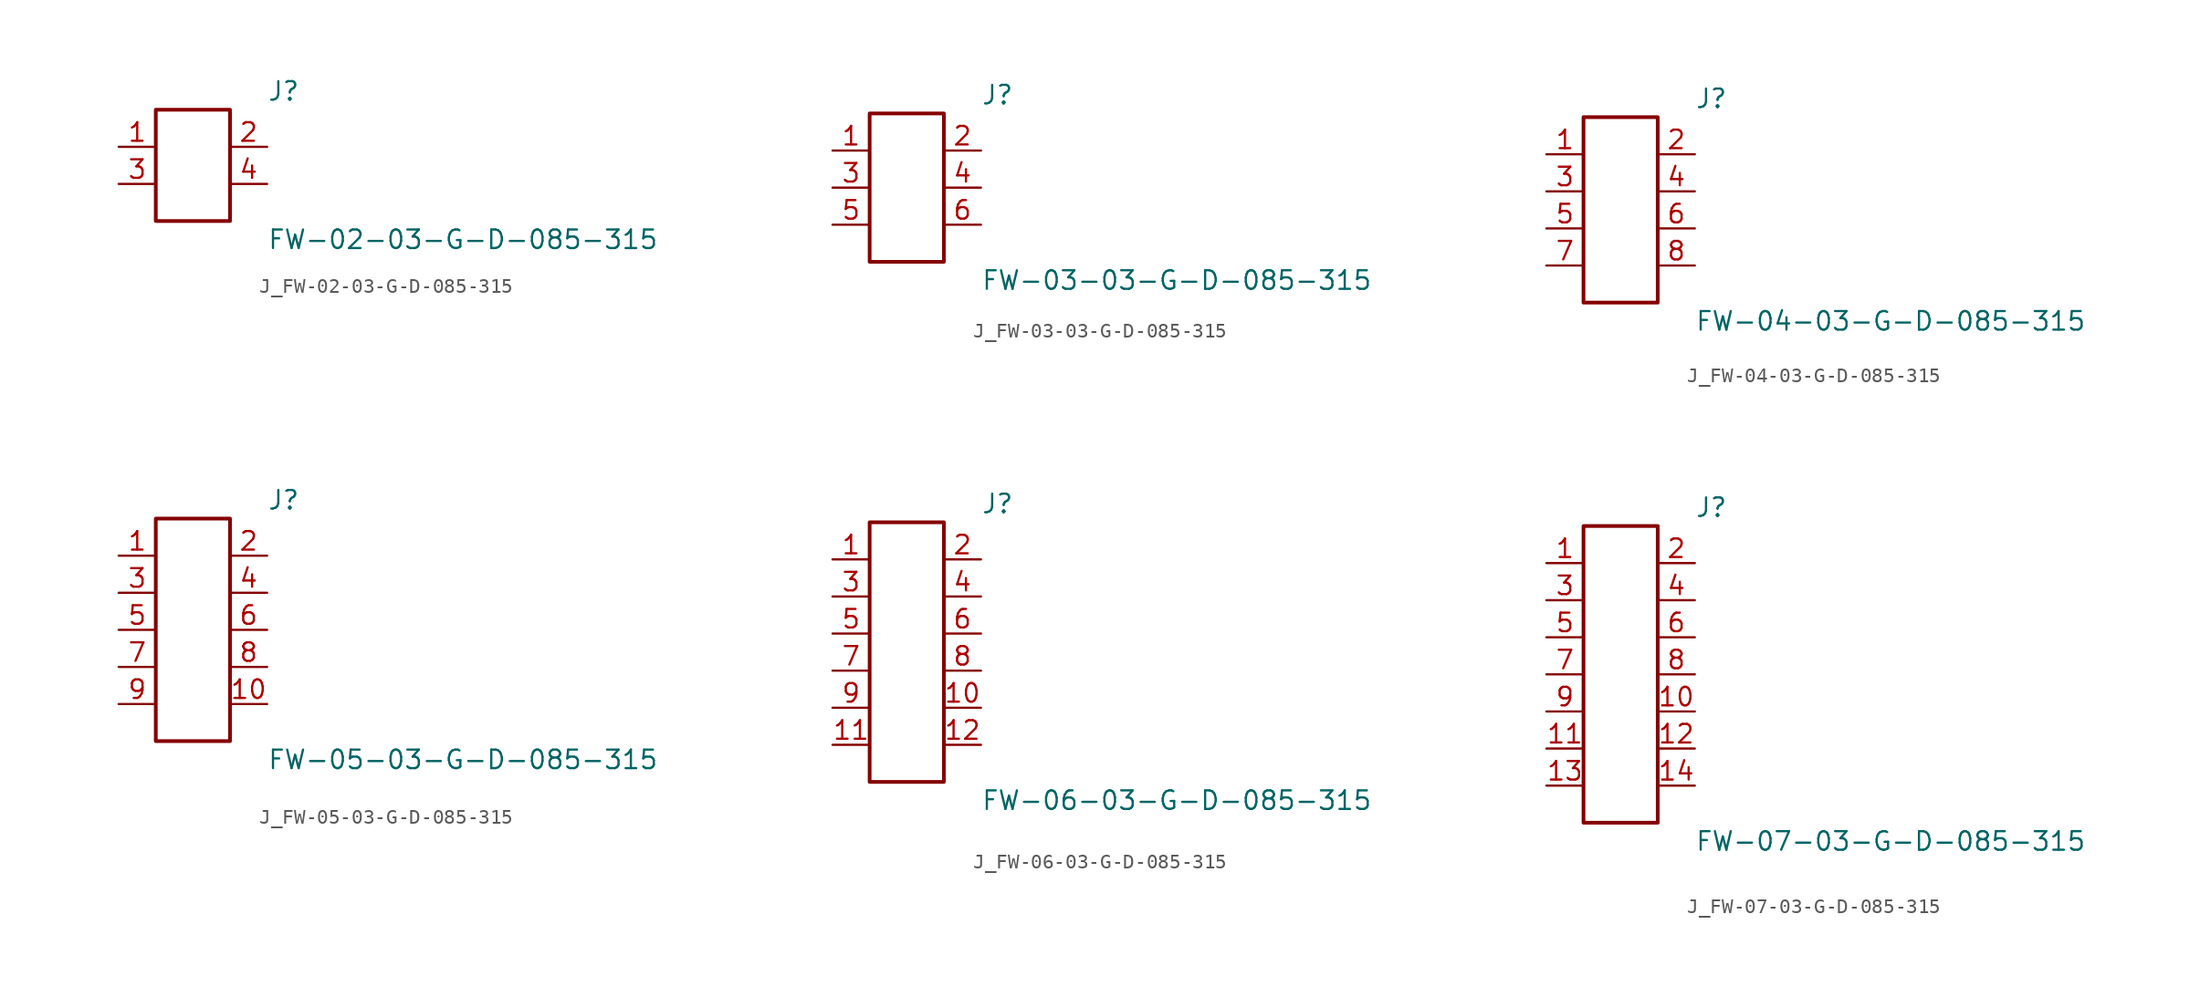
<source format=kicad_sym>
(kicad_symbol_lib
  (version 20231120)
  (generator kicad_symbol_editor)
  (generator_version 8.0)
  (symbol "J_FW-02-03-G-D-085-315"
    (pin_names
      (offset 0.254))
    (property "Reference" "J"
      (at 5.08 5.08 0)
      (effects (font (size 1.27 1.27)) (justify left)))
    (property "Value" "FW-02-03-G-D-085-315"
      (at 5.08 -5.08 0)
      (effects (font (size 1.27 1.27)) (justify left)))
    (symbol "J_FW-02-03-G-D-085-315_0_0"
      (pin unspecified line (at -5.08 1.27 0) (length 2.54) (name "" (effects (font (size 1.27 1.27)))) (number "1" (effects (font (size 1.27 1.27)))))
      (pin unspecified line (at 5.08 1.27 180) (length 2.54) (name "" (effects (font (size 1.27 1.27)))) (number "2" (effects (font (size 1.27 1.27)))))
      (pin unspecified line (at -5.08 -1.27 0) (length 2.54) (name "" (effects (font (size 1.27 1.27)))) (number "3" (effects (font (size 1.27 1.27)))))
      (pin unspecified line (at 5.08 -1.27 180) (length 2.54) (name "" (effects (font (size 1.27 1.27)))) (number "4" (effects (font (size 1.27 1.27))))))
    (symbol "J_FW-02-03-G-D-085-315_1_0"
      (rectangle (start -2.54 3.81) (end 2.54 -3.81) (stroke (width 0.254) (type solid)) (fill (type none)))))
  (symbol "J_FW-03-03-G-D-085-315"
    (pin_names
      (offset 0.254))
    (property "Reference" "J"
      (at 5.08 6.35 0)
      (effects (font (size 1.27 1.27)) (justify left)))
    (property "Value" "FW-03-03-G-D-085-315"
      (at 5.08 -6.35 0)
      (effects (font (size 1.27 1.27)) (justify left)))
    (symbol "J_FW-03-03-G-D-085-315_0_0"
      (pin unspecified line (at -5.08 2.54 0) (length 2.54) (name "" (effects (font (size 1.27 1.27)))) (number "1" (effects (font (size 1.27 1.27)))))
      (pin unspecified line (at 5.08 2.54 180) (length 2.54) (name "" (effects (font (size 1.27 1.27)))) (number "2" (effects (font (size 1.27 1.27)))))
      (pin unspecified line (at -5.08 0.0 0) (length 2.54) (name "" (effects (font (size 1.27 1.27)))) (number "3" (effects (font (size 1.27 1.27)))))
      (pin unspecified line (at 5.08 0.0 180) (length 2.54) (name "" (effects (font (size 1.27 1.27)))) (number "4" (effects (font (size 1.27 1.27)))))
      (pin unspecified line (at -5.08 -2.54 0) (length 2.54) (name "" (effects (font (size 1.27 1.27)))) (number "5" (effects (font (size 1.27 1.27)))))
      (pin unspecified line (at 5.08 -2.54 180) (length 2.54) (name "" (effects (font (size 1.27 1.27)))) (number "6" (effects (font (size 1.27 1.27))))))
    (symbol "J_FW-03-03-G-D-085-315_1_0"
      (rectangle (start -2.54 5.08) (end 2.54 -5.08) (stroke (width 0.254) (type solid)) (fill (type none)))))
  (symbol "J_FW-04-03-G-D-085-315"
    (pin_names
      (offset 0.254))
    (property "Reference" "J"
      (at 5.08 7.62 0)
      (effects (font (size 1.27 1.27)) (justify left)))
    (property "Value" "FW-04-03-G-D-085-315"
      (at 5.08 -7.62 0)
      (effects (font (size 1.27 1.27)) (justify left)))
    (symbol "J_FW-04-03-G-D-085-315_0_0"
      (pin unspecified line (at -5.08 3.81 0) (length 2.54) (name "" (effects (font (size 1.27 1.27)))) (number "1" (effects (font (size 1.27 1.27)))))
      (pin unspecified line (at 5.08 3.81 180) (length 2.54) (name "" (effects (font (size 1.27 1.27)))) (number "2" (effects (font (size 1.27 1.27)))))
      (pin unspecified line (at -5.08 1.27 0) (length 2.54) (name "" (effects (font (size 1.27 1.27)))) (number "3" (effects (font (size 1.27 1.27)))))
      (pin unspecified line (at 5.08 1.27 180) (length 2.54) (name "" (effects (font (size 1.27 1.27)))) (number "4" (effects (font (size 1.27 1.27)))))
      (pin unspecified line (at -5.08 -1.27 0) (length 2.54) (name "" (effects (font (size 1.27 1.27)))) (number "5" (effects (font (size 1.27 1.27)))))
      (pin unspecified line (at 5.08 -1.27 180) (length 2.54) (name "" (effects (font (size 1.27 1.27)))) (number "6" (effects (font (size 1.27 1.27)))))
      (pin unspecified line (at -5.08 -3.81 0) (length 2.54) (name "" (effects (font (size 1.27 1.27)))) (number "7" (effects (font (size 1.27 1.27)))))
      (pin unspecified line (at 5.08 -3.81 180) (length 2.54) (name "" (effects (font (size 1.27 1.27)))) (number "8" (effects (font (size 1.27 1.27))))))
    (symbol "J_FW-04-03-G-D-085-315_1_0"
      (rectangle (start -2.54 6.35) (end 2.54 -6.35) (stroke (width 0.254) (type solid)) (fill (type none)))))
  (symbol "J_FW-05-03-G-D-085-315"
    (pin_names
      (offset 0.254))
    (property "Reference" "J"
      (at 5.08 8.89 0)
      (effects (font (size 1.27 1.27)) (justify left)))
    (property "Value" "FW-05-03-G-D-085-315"
      (at 5.08 -8.89 0)
      (effects (font (size 1.27 1.27)) (justify left)))
    (symbol "J_FW-05-03-G-D-085-315_0_0"
      (pin unspecified line (at -5.08 5.08 0) (length 2.54) (name "" (effects (font (size 1.27 1.27)))) (number "1" (effects (font (size 1.27 1.27)))))
      (pin unspecified line (at 5.08 5.08 180) (length 2.54) (name "" (effects (font (size 1.27 1.27)))) (number "2" (effects (font (size 1.27 1.27)))))
      (pin unspecified line (at -5.08 2.54 0) (length 2.54) (name "" (effects (font (size 1.27 1.27)))) (number "3" (effects (font (size 1.27 1.27)))))
      (pin unspecified line (at 5.08 2.54 180) (length 2.54) (name "" (effects (font (size 1.27 1.27)))) (number "4" (effects (font (size 1.27 1.27)))))
      (pin unspecified line (at -5.08 0.0 0) (length 2.54) (name "" (effects (font (size 1.27 1.27)))) (number "5" (effects (font (size 1.27 1.27)))))
      (pin unspecified line (at 5.08 0.0 180) (length 2.54) (name "" (effects (font (size 1.27 1.27)))) (number "6" (effects (font (size 1.27 1.27)))))
      (pin unspecified line (at -5.08 -2.54 0) (length 2.54) (name "" (effects (font (size 1.27 1.27)))) (number "7" (effects (font (size 1.27 1.27)))))
      (pin unspecified line (at 5.08 -2.54 180) (length 2.54) (name "" (effects (font (size 1.27 1.27)))) (number "8" (effects (font (size 1.27 1.27)))))
      (pin unspecified line (at -5.08 -5.08 0) (length 2.54) (name "" (effects (font (size 1.27 1.27)))) (number "9" (effects (font (size 1.27 1.27)))))
      (pin unspecified line (at 5.08 -5.08 180) (length 2.54) (name "" (effects (font (size 1.27 1.27)))) (number "10" (effects (font (size 1.27 1.27))))))
    (symbol "J_FW-05-03-G-D-085-315_1_0"
      (rectangle (start -2.54 7.62) (end 2.54 -7.62) (stroke (width 0.254) (type solid)) (fill (type none)))))
  (symbol "J_FW-06-03-G-D-085-315"
    (pin_names
      (offset 0.254))
    (property "Reference" "J"
      (at 5.08 10.16 0)
      (effects (font (size 1.27 1.27)) (justify left)))
    (property "Value" "FW-06-03-G-D-085-315"
      (at 5.08 -10.16 0)
      (effects (font (size 1.27 1.27)) (justify left)))
    (symbol "J_FW-06-03-G-D-085-315_0_0"
      (pin unspecified line (at -5.08 6.35 0) (length 2.54) (name "" (effects (font (size 1.27 1.27)))) (number "1" (effects (font (size 1.27 1.27)))))
      (pin unspecified line (at 5.08 6.35 180) (length 2.54) (name "" (effects (font (size 1.27 1.27)))) (number "2" (effects (font (size 1.27 1.27)))))
      (pin unspecified line (at -5.08 3.81 0) (length 2.54) (name "" (effects (font (size 1.27 1.27)))) (number "3" (effects (font (size 1.27 1.27)))))
      (pin unspecified line (at 5.08 3.81 180) (length 2.54) (name "" (effects (font (size 1.27 1.27)))) (number "4" (effects (font (size 1.27 1.27)))))
      (pin unspecified line (at -5.08 1.27 0) (length 2.54) (name "" (effects (font (size 1.27 1.27)))) (number "5" (effects (font (size 1.27 1.27)))))
      (pin unspecified line (at 5.08 1.27 180) (length 2.54) (name "" (effects (font (size 1.27 1.27)))) (number "6" (effects (font (size 1.27 1.27)))))
      (pin unspecified line (at -5.08 -1.27 0) (length 2.54) (name "" (effects (font (size 1.27 1.27)))) (number "7" (effects (font (size 1.27 1.27)))))
      (pin unspecified line (at 5.08 -1.27 180) (length 2.54) (name "" (effects (font (size 1.27 1.27)))) (number "8" (effects (font (size 1.27 1.27)))))
      (pin unspecified line (at -5.08 -3.81 0) (length 2.54) (name "" (effects (font (size 1.27 1.27)))) (number "9" (effects (font (size 1.27 1.27)))))
      (pin unspecified line (at 5.08 -3.81 180) (length 2.54) (name "" (effects (font (size 1.27 1.27)))) (number "10" (effects (font (size 1.27 1.27)))))
      (pin unspecified line (at -5.08 -6.35 0) (length 2.54) (name "" (effects (font (size 1.27 1.27)))) (number "11" (effects (font (size 1.27 1.27)))))
      (pin unspecified line (at 5.08 -6.35 180) (length 2.54) (name "" (effects (font (size 1.27 1.27)))) (number "12" (effects (font (size 1.27 1.27))))))
    (symbol "J_FW-06-03-G-D-085-315_1_0"
      (rectangle (start -2.54 8.89) (end 2.54 -8.89) (stroke (width 0.254) (type solid)) (fill (type none)))))
  (symbol "J_FW-07-03-G-D-085-315"
    (pin_names
      (offset 0.254))
    (property "Reference" "J"
      (at 5.08 11.43 0)
      (effects (font (size 1.27 1.27)) (justify left)))
    (property "Value" "FW-07-03-G-D-085-315"
      (at 5.08 -11.43 0)
      (effects (font (size 1.27 1.27)) (justify left)))
    (symbol "J_FW-07-03-G-D-085-315_0_0"
      (pin unspecified line (at -5.08 7.62 0) (length 2.54) (name "" (effects (font (size 1.27 1.27)))) (number "1" (effects (font (size 1.27 1.27)))))
      (pin unspecified line (at 5.08 7.62 180) (length 2.54) (name "" (effects (font (size 1.27 1.27)))) (number "2" (effects (font (size 1.27 1.27)))))
      (pin unspecified line (at -5.08 5.08 0) (length 2.54) (name "" (effects (font (size 1.27 1.27)))) (number "3" (effects (font (size 1.27 1.27)))))
      (pin unspecified line (at 5.08 5.08 180) (length 2.54) (name "" (effects (font (size 1.27 1.27)))) (number "4" (effects (font (size 1.27 1.27)))))
      (pin unspecified line (at -5.08 2.54 0) (length 2.54) (name "" (effects (font (size 1.27 1.27)))) (number "5" (effects (font (size 1.27 1.27)))))
      (pin unspecified line (at 5.08 2.54 180) (length 2.54) (name "" (effects (font (size 1.27 1.27)))) (number "6" (effects (font (size 1.27 1.27)))))
      (pin unspecified line (at -5.08 0.0 0) (length 2.54) (name "" (effects (font (size 1.27 1.27)))) (number "7" (effects (font (size 1.27 1.27)))))
      (pin unspecified line (at 5.08 0.0 180) (length 2.54) (name "" (effects (font (size 1.27 1.27)))) (number "8" (effects (font (size 1.27 1.27)))))
      (pin unspecified line (at -5.08 -2.54 0) (length 2.54) (name "" (effects (font (size 1.27 1.27)))) (number "9" (effects (font (size 1.27 1.27)))))
      (pin unspecified line (at 5.08 -2.54 180) (length 2.54) (name "" (effects (font (size 1.27 1.27)))) (number "10" (effects (font (size 1.27 1.27)))))
      (pin unspecified line (at -5.08 -5.08 0) (length 2.54) (name "" (effects (font (size 1.27 1.27)))) (number "11" (effects (font (size 1.27 1.27)))))
      (pin unspecified line (at 5.08 -5.08 180) (length 2.54) (name "" (effects (font (size 1.27 1.27)))) (number "12" (effects (font (size 1.27 1.27)))))
      (pin unspecified line (at -5.08 -7.62 0) (length 2.54) (name "" (effects (font (size 1.27 1.27)))) (number "13" (effects (font (size 1.27 1.27)))))
      (pin unspecified line (at 5.08 -7.62 180) (length 2.54) (name "" (effects (font (size 1.27 1.27)))) (number "14" (effects (font (size 1.27 1.27))))))
    (symbol "J_FW-07-03-G-D-085-315_1_0"
      (rectangle (start -2.54 10.16) (end 2.54 -10.16) (stroke (width 0.254) (type solid)) (fill (type none))))))
</source>
